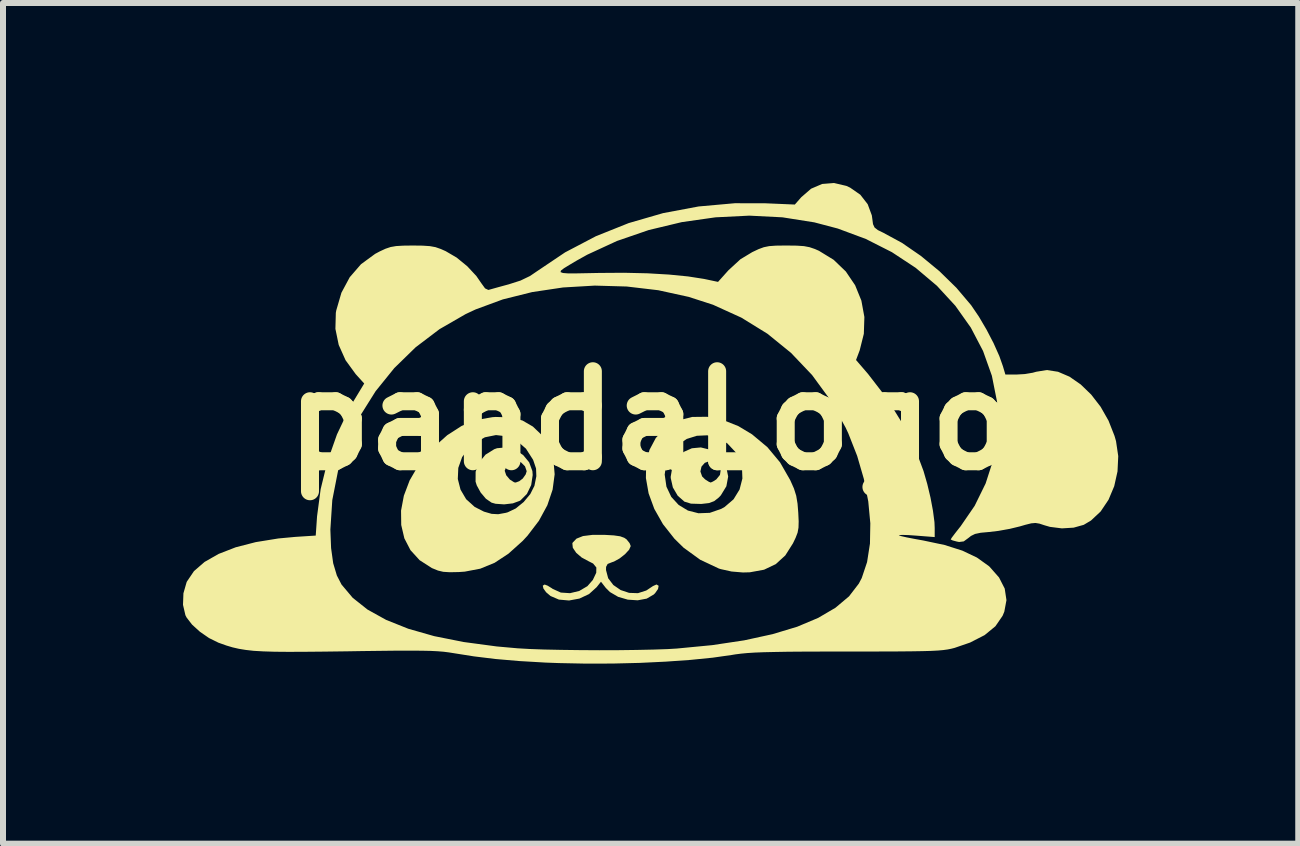
<source format=kicad_pcb>
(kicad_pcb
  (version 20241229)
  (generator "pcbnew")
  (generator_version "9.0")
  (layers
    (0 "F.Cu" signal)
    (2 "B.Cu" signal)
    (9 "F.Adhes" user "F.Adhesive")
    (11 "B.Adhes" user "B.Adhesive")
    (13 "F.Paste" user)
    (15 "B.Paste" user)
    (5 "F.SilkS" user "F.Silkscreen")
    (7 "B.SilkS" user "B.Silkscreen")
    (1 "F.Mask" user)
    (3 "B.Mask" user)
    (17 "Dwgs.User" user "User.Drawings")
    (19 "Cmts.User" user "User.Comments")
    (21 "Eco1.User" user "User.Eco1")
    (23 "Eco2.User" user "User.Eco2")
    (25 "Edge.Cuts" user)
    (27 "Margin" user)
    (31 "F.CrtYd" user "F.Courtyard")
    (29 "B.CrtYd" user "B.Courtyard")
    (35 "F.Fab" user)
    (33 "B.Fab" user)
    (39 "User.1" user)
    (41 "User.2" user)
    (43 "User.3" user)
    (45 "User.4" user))
  (footprint "pandaLogo"
    (layer "F.Cu")
    (at 7.795 3.959)
    (property "Reference" "pandaLogo" (at 0 0 0) (layer "F.SilkS") (effects (font (size 1.5 1.5) (thickness 0.3))))
    (attr board_only exclude_from_pos_files exclude_from_bom)
    (fp_poly (pts (xy 0.985 0.485) (xy 1.124 0.578) (xy 1.162 0.616) (xy 1.258 0.77) (xy 1.291 0.933) (xy 1.261 1.095) (xy 1.169 1.246) (xy 1.133 1.284) (xy 1.058 1.343) (xy 0.973 1.375) (xy 0.852 1.389) (xy 0.842 1.39) (xy 0.671 1.385) (xy 0.561 1.351) (xy 0.45 1.253) (xy 0.369 1.115) (xy 0.334 0.96) (xy 0.333 0.936) (xy 0.348 0.849) (xy 0.828 0.849) (xy 0.857 0.932) (xy 0.907 0.981) (xy 0.968 1.02) (xy 1 1.033) (xy 1.038 1.016) (xy 1.093 0.981) (xy 1.154 0.906) (xy 1.168 0.816) (xy 1.136 0.734) (xy 1.083 0.694) (xy 0.983 0.675) (xy 0.901 0.705) (xy 0.846 0.768) (xy 0.828 0.849) (xy 0.348 0.849) (xy 0.361 0.764) (xy 0.437 0.625) (xy 0.549 0.523) (xy 0.686 0.462) (xy 0.835 0.448)) (stroke (width 0) (type solid)) (fill yes) (layer "F.SilkS"))
    (fp_poly (pts (xy -2.257 0.488) (xy -2.126 0.575) (xy -2.026 0.696) (xy -1.972 0.842) (xy -1.967 0.908) (xy -1.992 1.075) (xy -2.063 1.222) (xy -2.169 1.329) (xy -2.181 1.337) (xy -2.297 1.38) (xy -2.443 1.397) (xy -2.586 1.387) (xy -2.653 1.368) (xy -2.746 1.304) (xy -2.834 1.2) (xy -2.899 1.081) (xy -2.919 1.018) (xy -2.918 0.853) (xy -2.913 0.838) (xy -2.433 0.838) (xy -2.408 0.912) (xy -2.347 0.984) (xy -2.276 1.029) (xy -2.25 1.033) (xy -2.191 1.011) (xy -2.133 0.967) (xy -2.084 0.898) (xy -2.067 0.844) (xy -2.095 0.763) (xy -2.163 0.695) (xy -2.244 0.667) (xy -2.244 0.667) (xy -2.33 0.693) (xy -2.402 0.756) (xy -2.433 0.835) (xy -2.433 0.838) (xy -2.913 0.838) (xy -2.86 0.698) (xy -2.753 0.568) (xy -2.608 0.478) (xy -2.561 0.461) (xy -2.407 0.447)) (stroke (width 0) (type solid)) (fill yes) (layer "F.SilkS"))
    (fp_poly (pts (xy 1.2 -0.011) (xy 1.463 0.094) (xy 1.689 0.23) (xy 1.945 0.444) (xy 2.155 0.696) (xy 2.325 0.993) (xy 2.387 1.132) (xy 2.425 1.253) (xy 2.447 1.385) (xy 2.459 1.534) (xy 2.466 1.681) (xy 2.463 1.785) (xy 2.448 1.868) (xy 2.415 1.954) (xy 2.371 2.046) (xy 2.243 2.248) (xy 2.084 2.393) (xy 1.889 2.486) (xy 1.652 2.529) (xy 1.537 2.532) (xy 1.347 2.516) (xy 1.167 2.476) (xy 1.135 2.466) (xy 0.825 2.32) (xy 0.548 2.119) (xy 0.396 1.97) (xy 0.204 1.727) (xy 0.06 1.473) (xy -0.035 1.214) (xy -0.08 0.959) (xy -0.079 0.9) (xy 0.233 0.9) (xy 0.262 1.102) (xy 0.343 1.273) (xy 0.466 1.407) (xy 0.62 1.5) (xy 0.796 1.545) (xy 0.985 1.538) (xy 1.175 1.472) (xy 1.231 1.441) (xy 1.381 1.312) (xy 1.481 1.149) (xy 1.528 0.966) (xy 1.521 0.776) (xy 1.455 0.592) (xy 1.415 0.528) (xy 1.276 0.38) (xy 1.115 0.287) (xy 0.942 0.246) (xy 0.768 0.254) (xy 0.602 0.306) (xy 0.456 0.4) (xy 0.339 0.533) (xy 0.261 0.702) (xy 0.233 0.9) (xy -0.079 0.9) (xy -0.076 0.716) (xy -0.021 0.49) (xy 0.085 0.29) (xy 0.243 0.124) (xy 0.259 0.111) (xy 0.462 -0.002) (xy 0.691 -0.06) (xy 0.94 -0.063)) (stroke (width 0) (type solid)) (fill yes) (layer "F.SilkS"))
    (fp_poly (pts (xy -0.772 1.905) (xy -0.615 1.914) (xy -0.51 1.929) (xy -0.441 1.954) (xy -0.403 1.98) (xy -0.352 2.043) (xy -0.333 2.092) (xy -0.36 2.153) (xy -0.428 2.227) (xy -0.518 2.298) (xy -0.612 2.35) (xy -0.645 2.361) (xy -0.718 2.39) (xy -0.744 2.439) (xy -0.745 2.492) (xy -0.709 2.628) (xy -0.623 2.741) (xy -0.501 2.825) (xy -0.36 2.872) (xy -0.213 2.877) (xy -0.075 2.833) (xy -0.037 2.808) (xy 0.037 2.759) (xy 0.092 2.734) (xy 0.099 2.733) (xy 0.132 2.754) (xy 0.122 2.807) (xy 0.074 2.876) (xy 0.051 2.899) (xy -0.067 2.968) (xy -0.218 2.996) (xy -0.382 2.985) (xy -0.543 2.938) (xy -0.68 2.858) (xy -0.748 2.79) (xy -0.829 2.686) (xy -0.901 2.777) (xy -1.028 2.892) (xy -1.188 2.967) (xy -1.361 2.999) (xy -1.53 2.984) (xy -1.67 2.924) (xy -1.743 2.862) (xy -1.788 2.8) (xy -1.799 2.752) (xy -1.768 2.733) (xy -1.718 2.752) (xy -1.645 2.797) (xy -1.633 2.806) (xy -1.498 2.867) (xy -1.345 2.877) (xy -1.191 2.84) (xy -1.055 2.76) (xy -0.965 2.657) (xy -0.908 2.537) (xy -0.906 2.449) (xy -0.96 2.383) (xy -1.033 2.346) (xy -1.15 2.283) (xy -1.242 2.204) (xy -1.298 2.121) (xy -1.306 2.048) (xy -1.301 2.035) (xy -1.237 1.968) (xy -1.128 1.925) (xy -0.967 1.905)) (stroke (width 0) (type solid)) (fill yes) (layer "F.SilkS"))
    (fp_poly (pts (xy -2.341 -0.053) (xy -2.138 -0.001) (xy -1.964 0.1) (xy -1.832 0.226) (xy -1.698 0.426) (xy -1.622 0.651) (xy -1.601 0.895) (xy -1.635 1.151) (xy -1.723 1.412) (xy -1.863 1.67) (xy -2.054 1.92) (xy -2.136 2.008) (xy -2.371 2.219) (xy -2.602 2.371) (xy -2.841 2.469) (xy -3.099 2.518) (xy -3.198 2.525) (xy -3.349 2.528) (xy -3.458 2.521) (xy -3.546 2.5) (xy -3.639 2.462) (xy -3.65 2.457) (xy -3.852 2.327) (xy -4.004 2.16) (xy -4.106 1.963) (xy -4.158 1.741) (xy -4.161 1.501) (xy -4.114 1.252) (xy -4.018 0.998) (xy -4.004 0.974) (xy -3.215 0.974) (xy -3.17 1.151) (xy -3.076 1.311) (xy -2.933 1.44) (xy -2.779 1.518) (xy -2.651 1.555) (xy -2.542 1.561) (xy -2.415 1.538) (xy -2.383 1.529) (xy -2.249 1.465) (xy -2.117 1.357) (xy -2.007 1.225) (xy -1.939 1.09) (xy -1.937 1.083) (xy -1.906 0.928) (xy -1.911 0.799) (xy -1.956 0.666) (xy -1.963 0.65) (xy -2.079 0.469) (xy -2.227 0.34) (xy -2.397 0.263) (xy -2.579 0.242) (xy -2.763 0.279) (xy -2.938 0.374) (xy -3.021 0.446) (xy -3.143 0.609) (xy -3.207 0.789) (xy -3.215 0.974) (xy -4.004 0.974) (xy -3.872 0.747) (xy -3.677 0.506) (xy -3.632 0.459) (xy -3.391 0.244) (xy -3.152 0.09) (xy -2.905 -0.009) (xy -2.64 -0.056) (xy -2.585 -0.06)) (stroke (width 0) (type solid)) (fill yes) (layer "F.SilkS"))
    (fp_poly (pts (xy 3.26 -3.911) (xy 3.323 -3.882) (xy 3.493 -3.764) (xy 3.616 -3.606) (xy 3.685 -3.42) (xy 3.693 -3.363) (xy 3.705 -3.273) (xy 3.731 -3.217) (xy 3.786 -3.174) (xy 3.878 -3.129) (xy 4.188 -2.961) (xy 4.504 -2.743) (xy 4.812 -2.489) (xy 5.095 -2.212) (xy 5.338 -1.925) (xy 5.344 -1.917) (xy 5.47 -1.731) (xy 5.597 -1.515) (xy 5.714 -1.29) (xy 5.81 -1.075) (xy 5.869 -0.908) (xy 5.911 -0.767) (xy 6.101 -0.767) (xy 6.236 -0.775) (xy 6.367 -0.797) (xy 6.424 -0.813) (xy 6.602 -0.842) (xy 6.789 -0.813) (xy 6.98 -0.731) (xy 7.166 -0.602) (xy 7.341 -0.433) (xy 7.498 -0.23) (xy 7.63 0.002) (xy 7.73 0.256) (xy 7.755 0.343) (xy 7.792 0.593) (xy 7.78 0.847) (xy 7.725 1.094) (xy 7.63 1.32) (xy 7.499 1.515) (xy 7.338 1.666) (xy 7.217 1.738) (xy 7.049 1.785) (xy 6.853 1.797) (xy 6.654 1.772) (xy 6.561 1.745) (xy 6.479 1.718) (xy 6.413 1.707) (xy 6.342 1.713) (xy 6.242 1.738) (xy 6.153 1.764) (xy 5.984 1.805) (xy 5.794 1.839) (xy 5.642 1.857) (xy 5.5 1.87) (xy 5.405 1.89) (xy 5.338 1.923) (xy 5.295 1.957) (xy 5.217 2.014) (xy 5.14 2.024) (xy 5.103 2.017) (xy 5.032 1.998) (xy 5 1.982) (xy 5 1.981) (xy 5.019 1.95) (xy 5.071 1.881) (xy 5.144 1.788) (xy 5.165 1.762) (xy 5.399 1.421) (xy 5.582 1.048) (xy 5.709 0.654) (xy 5.778 0.249) (xy 5.786 -0.156) (xy 5.772 -0.314) (xy 5.686 -0.746) (xy 5.539 -1.159) (xy 5.335 -1.549) (xy 5.077 -1.913) (xy 4.77 -2.246) (xy 4.416 -2.545) (xy 4.02 -2.806) (xy 3.586 -3.026) (xy 3.118 -3.2) (xy 2.727 -3.303) (xy 2.196 -3.387) (xy 1.644 -3.415) (xy 1.08 -3.387) (xy 0.518 -3.307) (xy -0.033 -3.175) (xy -0.562 -2.993) (xy -1.058 -2.764) (xy -1.23 -2.668) (xy -1.355 -2.594) (xy -1.445 -2.539) (xy -1.496 -2.5) (xy -1.503 -2.474) (xy -1.462 -2.459) (xy -1.37 -2.452) (xy -1.223 -2.453) (xy -1.015 -2.457) (xy -0.86 -2.46) (xy -0.446 -2.463) (xy -0.053 -2.454) (xy 0.306 -2.433) (xy 0.622 -2.402) (xy 0.885 -2.361) (xy 0.919 -2.354) (xy 1.122 -2.311) (xy 1.295 -2.504) (xy 1.495 -2.688) (xy 1.692 -2.807) (xy 1.798 -2.857) (xy 1.885 -2.889) (xy 1.974 -2.907) (xy 2.085 -2.915) (xy 2.239 -2.917) (xy 2.266 -2.917) (xy 2.433 -2.915) (xy 2.554 -2.907) (xy 2.648 -2.889) (xy 2.736 -2.859) (xy 2.804 -2.829) (xy 3.049 -2.679) (xy 3.252 -2.484) (xy 3.407 -2.255) (xy 3.511 -1.999) (xy 3.561 -1.726) (xy 3.552 -1.446) (xy 3.482 -1.167) (xy 3.48 -1.163) (xy 3.422 -1.009) (xy 3.621 -0.778) (xy 3.939 -0.366) (xy 4.213 0.078) (xy 4.434 0.539) (xy 4.547 0.842) (xy 4.609 1.057) (xy 4.663 1.284) (xy 4.704 1.503) (xy 4.729 1.693) (xy 4.733 1.791) (xy 4.733 1.942) (xy 4.425 1.918) (xy 4.294 1.909) (xy 4.195 1.906) (xy 4.141 1.909) (xy 4.136 1.913) (xy 4.174 1.926) (xy 4.265 1.947) (xy 4.394 1.972) (xy 4.543 1.999) (xy 4.898 2.074) (xy 5.194 2.168) (xy 5.436 2.283) (xy 5.631 2.422) (xy 5.647 2.436) (xy 5.805 2.615) (xy 5.9 2.801) (xy 5.929 2.993) (xy 5.893 3.186) (xy 5.864 3.255) (xy 5.745 3.428) (xy 5.565 3.576) (xy 5.323 3.7) (xy 5.064 3.789) (xy 5.009 3.803) (xy 4.949 3.815) (xy 4.877 3.825) (xy 4.787 3.833) (xy 4.673 3.839) (xy 4.528 3.843) (xy 4.346 3.846) (xy 4.121 3.848) (xy 3.846 3.849) (xy 3.514 3.85) (xy 3.267 3.85) (xy 2.884 3.85) (xy 2.562 3.851) (xy 2.292 3.853) (xy 2.069 3.857) (xy 1.885 3.861) (xy 1.734 3.867) (xy 1.609 3.875) (xy 1.504 3.885) (xy 1.41 3.897) (xy 1.35 3.907) (xy 1.033 3.952) (xy 0.663 3.989) (xy 0.253 4.018) (xy -0.185 4.039) (xy -0.637 4.05) (xy -1.09 4.051) (xy -1.531 4.042) (xy -1.75 4.034) (xy -2.194 4.008) (xy -2.588 3.974) (xy -2.948 3.93) (xy -3.283 3.877) (xy -3.365 3.864) (xy -3.452 3.853) (xy -3.551 3.845) (xy -3.671 3.839) (xy -3.817 3.836) (xy -3.998 3.835) (xy -4.219 3.835) (xy -4.489 3.838) (xy -4.813 3.842) (xy -5.052 3.846) (xy -5.439 3.851) (xy -5.765 3.854) (xy -6.04 3.855) (xy -6.268 3.853) (xy -6.458 3.847) (xy -6.616 3.838) (xy -6.749 3.823) (xy -6.865 3.804) (xy -6.969 3.78) (xy -7.07 3.75) (xy -7.174 3.713) (xy -7.205 3.702) (xy -7.361 3.625) (xy -7.513 3.52) (xy -7.644 3.401) (xy -7.735 3.283) (xy -7.755 3.244) (xy -7.795 3.071) (xy -7.788 2.879) (xy -7.735 2.694) (xy -7.729 2.682) (xy -7.612 2.509) (xy -7.435 2.356) (xy -7.202 2.223) (xy -6.916 2.112) (xy -6.582 2.026) (xy -6.205 1.965) (xy -5.924 1.939) (xy -5.583 1.917) (xy -5.576 1.817) (xy -5.339 1.817) (xy -5.327 2.125) (xy -5.292 2.378) (xy -5.231 2.582) (xy -5.153 2.733) (xy -4.967 2.954) (xy -4.72 3.15) (xy -4.41 3.322) (xy -4.04 3.47) (xy -3.609 3.593) (xy -3.117 3.691) (xy -2.565 3.765) (xy -2.217 3.796) (xy -2.024 3.807) (xy -1.778 3.816) (xy -1.493 3.822) (xy -1.182 3.826) (xy -0.859 3.828) (xy -0.538 3.827) (xy -0.232 3.823) (xy 0.046 3.817) (xy 0.282 3.809) (xy 0.433 3.8) (xy 1.026 3.743) (xy 1.559 3.663) (xy 2.031 3.56) (xy 2.442 3.436) (xy 2.791 3.289) (xy 3.079 3.12) (xy 3.305 2.93) (xy 3.468 2.718) (xy 3.517 2.625) (xy 3.606 2.359) (xy 3.654 2.051) (xy 3.66 1.712) (xy 3.626 1.349) (xy 3.552 0.972) (xy 3.441 0.59) (xy 3.293 0.213) (xy 3.248 0.117) (xy 2.993 -0.344) (xy 2.689 -0.759) (xy 2.338 -1.128) (xy 1.945 -1.447) (xy 1.511 -1.715) (xy 1.038 -1.93) (xy 0.633 -2.061) (xy 0.126 -2.172) (xy -0.4 -2.234) (xy -0.932 -2.249) (xy -1.461 -2.218) (xy -1.976 -2.141) (xy -2.465 -2.019) (xy -2.918 -1.852) (xy -3.083 -1.775) (xy -3.52 -1.523) (xy -3.918 -1.221) (xy -4.274 -0.874) (xy -4.585 -0.489) (xy -4.848 -0.07) (xy -5.058 0.375) (xy -5.212 0.843) (xy -5.307 1.326) (xy -5.339 1.817) (xy -5.576 1.817) (xy -5.561 1.597) (xy -5.501 1.144) (xy -5.388 0.682) (xy -5.229 0.231) (xy -5.03 -0.188) (xy -4.953 -0.323) (xy -4.775 -0.617) (xy -4.917 -0.774) (xy -5.086 -1.006) (xy -5.2 -1.261) (xy -5.255 -1.528) (xy -5.248 -1.795) (xy -5.241 -1.835) (xy -5.155 -2.13) (xy -5.016 -2.389) (xy -4.828 -2.606) (xy -4.593 -2.778) (xy -4.516 -2.819) (xy -4.419 -2.864) (xy -4.335 -2.892) (xy -4.243 -2.908) (xy -4.124 -2.915) (xy -3.967 -2.917) (xy -3.801 -2.915) (xy -3.681 -2.907) (xy -3.587 -2.89) (xy -3.498 -2.859) (xy -3.417 -2.823) (xy -3.234 -2.716) (xy -3.057 -2.571) (xy -2.906 -2.409) (xy -2.824 -2.29) (xy -2.761 -2.203) (xy -2.707 -2.177) (xy -2.701 -2.178) (xy -2.647 -2.193) (xy -2.547 -2.221) (xy -2.419 -2.256) (xy -2.367 -2.27) (xy -2.17 -2.333) (xy -2.012 -2.409) (xy -1.9 -2.485) (xy -1.427 -2.803) (xy -0.914 -3.072) (xy -0.367 -3.291) (xy 0.206 -3.457) (xy 0.798 -3.568) (xy 1.402 -3.622) (xy 1.91 -3.621) (xy 2.402 -3.6) (xy 2.509 -3.722) (xy 2.673 -3.864) (xy 2.857 -3.943) (xy 3.055 -3.959)) (stroke (width 0) (type solid)) (fill yes) (layer "F.SilkS")))
  (gr_rect
    (start -3 -3)
    (end 18.587 11.011)
    (stroke (width 0.1) (type default))
    (fill no)
    (layer "Edge.Cuts")))
</source>
